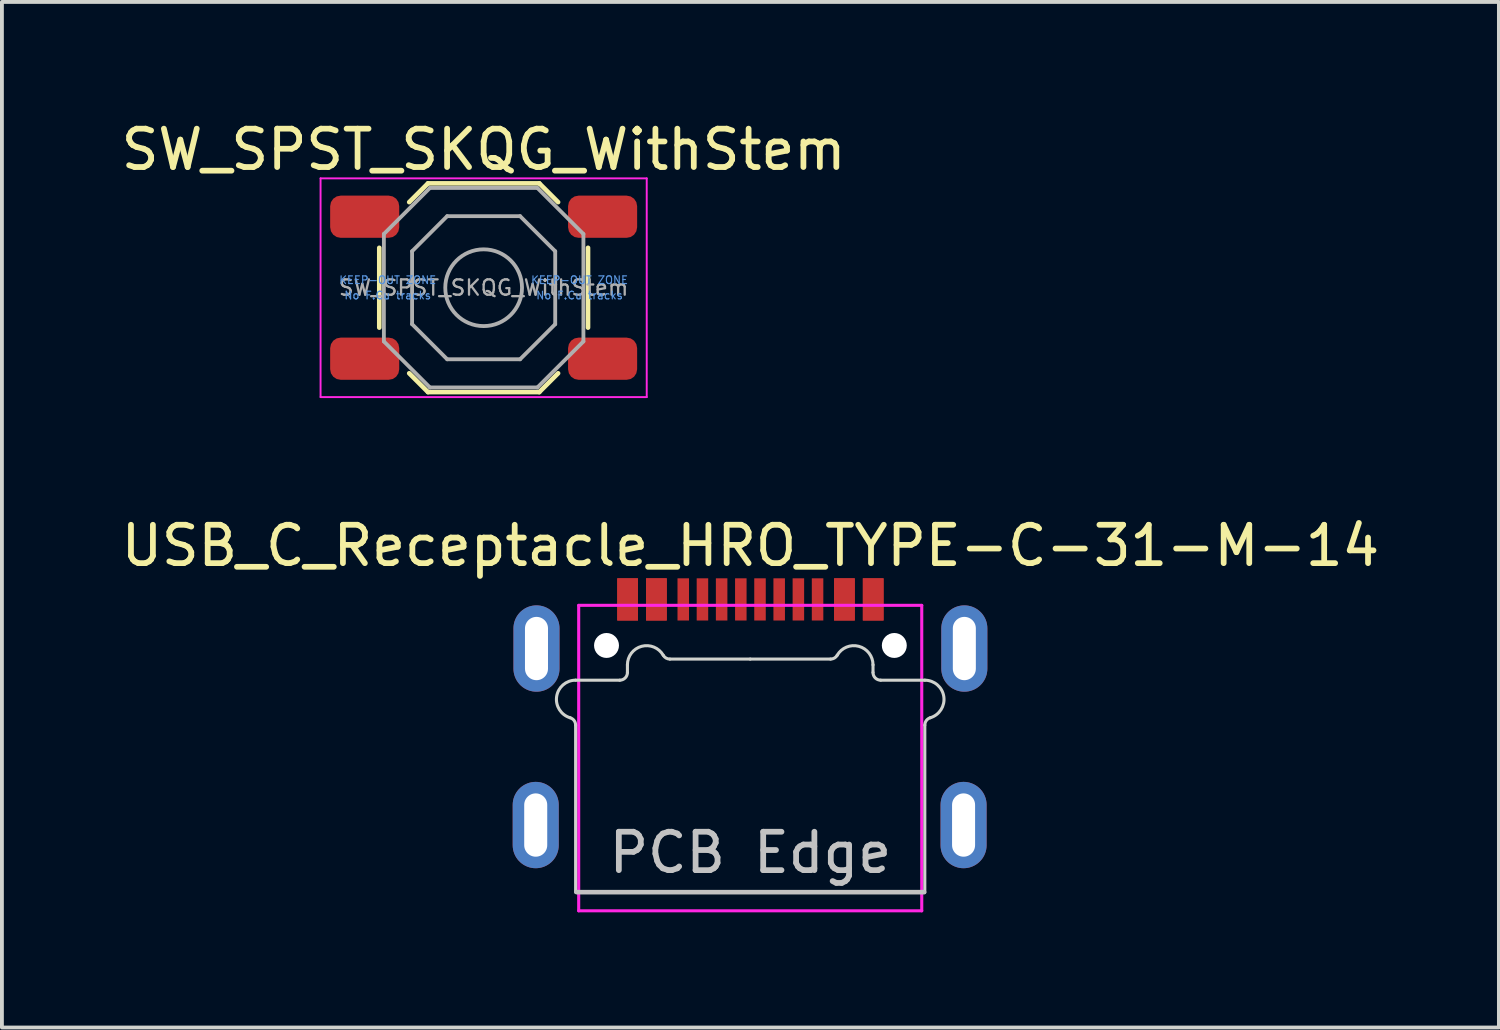
<source format=kicad_pcb>
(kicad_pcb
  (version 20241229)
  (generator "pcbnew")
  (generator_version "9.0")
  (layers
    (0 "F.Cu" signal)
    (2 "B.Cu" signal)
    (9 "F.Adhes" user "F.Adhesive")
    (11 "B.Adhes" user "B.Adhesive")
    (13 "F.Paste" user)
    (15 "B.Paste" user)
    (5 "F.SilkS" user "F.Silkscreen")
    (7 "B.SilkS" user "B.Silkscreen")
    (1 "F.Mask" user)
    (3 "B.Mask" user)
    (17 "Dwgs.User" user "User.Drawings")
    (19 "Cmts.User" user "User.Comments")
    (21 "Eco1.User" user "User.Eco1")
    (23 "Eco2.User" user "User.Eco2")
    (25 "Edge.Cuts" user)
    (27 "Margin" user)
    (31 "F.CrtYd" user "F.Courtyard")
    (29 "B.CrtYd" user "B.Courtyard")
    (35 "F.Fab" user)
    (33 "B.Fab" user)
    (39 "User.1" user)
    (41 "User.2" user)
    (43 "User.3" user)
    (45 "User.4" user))
  (footprint "SW_SPST_SKQG_WithStem"
    (layer "F.Cu")
    (at 9.554 4.448)
    (property "Reference" "SW_SPST_SKQG_WithStem" (at 0 -3.6 0) (layer "F.SilkS") (effects (font (size 1 1) (thickness 0.15))))
    (attr smd)
    (fp_line (start -2.72 1.04) (end -2.72 -1.04) (stroke (width 0.12) (type solid)) (layer "F.SilkS"))
    (fp_line (start -1.45 -2.72) (end -1.94 -2.23) (stroke (width 0.12) (type solid)) (layer "F.SilkS"))
    (fp_line (start -1.45 -2.72) (end 1.45 -2.72) (stroke (width 0.12) (type solid)) (layer "F.SilkS"))
    (fp_line (start -1.45 2.72) (end -1.94 2.23) (stroke (width 0.12) (type solid)) (layer "F.SilkS"))
    (fp_line (start -1.45 2.72) (end 1.45 2.72) (stroke (width 0.12) (type solid)) (layer "F.SilkS"))
    (fp_line (start 1.45 -2.72) (end 1.94 -2.23) (stroke (width 0.12) (type solid)) (layer "F.SilkS"))
    (fp_line (start 1.45 2.72) (end 1.94 2.23) (stroke (width 0.12) (type solid)) (layer "F.SilkS"))
    (fp_line (start 2.72 1.04) (end 2.72 -1.04) (stroke (width 0.12) (type solid)) (layer "F.SilkS"))
    (fp_line (start -4.25 -2.85) (end -4.25 2.85) (stroke (width 0.05) (type solid)) (layer "F.CrtYd"))
    (fp_line (start -4.25 2.85) (end 4.25 2.85) (stroke (width 0.05) (type solid)) (layer "F.CrtYd"))
    (fp_line (start 4.25 -2.85) (end -4.25 -2.85) (stroke (width 0.05) (type solid)) (layer "F.CrtYd"))
    (fp_line (start 4.25 2.85) (end 4.25 -2.85) (stroke (width 0.05) (type solid)) (layer "F.CrtYd"))
    (fp_line (start -2.6 -1.4) (end -1.4 -2.6) (stroke (width 0.1) (type solid)) (layer "F.Fab"))
    (fp_line (start -2.6 1.4) (end -2.6 -1.4) (stroke (width 0.1) (type solid)) (layer "F.Fab"))
    (fp_line (start -1.865 0.95) (end -1.865 -0.95) (stroke (width 0.1) (type solid)) (layer "F.Fab"))
    (fp_line (start -1.4 -2.6) (end 1.4 -2.6) (stroke (width 0.1) (type solid)) (layer "F.Fab"))
    (fp_line (start -1.4 2.6) (end -2.6 1.4) (stroke (width 0.1) (type solid)) (layer "F.Fab"))
    (fp_line (start -0.95 -1.865) (end -1.865 -0.95) (stroke (width 0.1) (type solid)) (layer "F.Fab"))
    (fp_line (start -0.95 -1.865) (end 0.95 -1.865) (stroke (width 0.1) (type solid)) (layer "F.Fab"))
    (fp_line (start -0.95 1.865) (end -1.865 0.95) (stroke (width 0.1) (type solid)) (layer "F.Fab"))
    (fp_line (start 0.95 -1.865) (end 1.865 -0.95) (stroke (width 0.1) (type solid)) (layer "F.Fab"))
    (fp_line (start 0.95 1.865) (end -0.95 1.865) (stroke (width 0.1) (type solid)) (layer "F.Fab"))
    (fp_line (start 0.95 1.865) (end 1.865 0.95) (stroke (width 0.1) (type solid)) (layer "F.Fab"))
    (fp_line (start 1.4 -2.6) (end 2.6 -1.4) (stroke (width 0.1) (type solid)) (layer "F.Fab"))
    (fp_line (start 1.4 2.6) (end -1.4 2.6) (stroke (width 0.1) (type solid)) (layer "F.Fab"))
    (fp_line (start 1.865 -0.95) (end 1.865 0.95) (stroke (width 0.1) (type solid)) (layer "F.Fab"))
    (fp_line (start 2.6 -1.4) (end 2.6 1.4) (stroke (width 0.1) (type solid)) (layer "F.Fab"))
    (fp_line (start 2.6 1.4) (end 1.4 2.6) (stroke (width 0.1) (type solid)) (layer "F.Fab"))
    (fp_circle (center 0 0) (end 1 0) (stroke (width 0.1) (type solid)) (fill no) (layer "F.Fab"))
    (fp_text user "KEEP-OUT ZONE" (at 2.5 -0.2 0) (layer "Cmts.User") (effects (font (size 0.2 0.2) (thickness 0.03))))
    (fp_text user "No F.Cu tracks" (at 2.5 0.2 0) (layer "Cmts.User") (effects (font (size 0.2 0.2) (thickness 0.03))))
    (fp_text user "KEEP-OUT ZONE" (at -2.5 -0.2 0) (layer "Cmts.User") (effects (font (size 0.2 0.2) (thickness 0.03))))
    (fp_text user "No F.Cu tracks" (at -2.5 0.2 0) (layer "Cmts.User") (effects (font (size 0.2 0.2) (thickness 0.03))))
    (fp_text user "${REFERENCE}" (at 0 0 0) (layer "F.Fab") (effects (font (size 0.4 0.4) (thickness 0.06))))
    (pad "1" smd roundrect (at -3.1 -1.85) (size 1.8 1.1) (layers "F.Cu" "F.Mask" "F.Paste") (roundrect_rratio 0.25))
    (pad "1" smd roundrect (at 3.1 -1.85) (size 1.8 1.1) (layers "F.Cu" "F.Mask" "F.Paste") (roundrect_rratio 0.25))
    (pad "2" smd roundrect (at -3.1 1.85) (size 1.8 1.1) (layers "F.Cu" "F.Mask" "F.Paste") (roundrect_rratio 0.25))
    (pad "2" smd roundrect (at 3.1 1.85) (size 1.8 1.1) (layers "F.Cu" "F.Mask" "F.Paste") (roundrect_rratio 0.25))
    (zone (net_name "") (layer "F.Cu") (hatch full 0.508) (connect_pads) (min_thickness 0.254) (filled_areas_thickness no) (keepout (tracks not_allowed) (vias not_allowed) (pads not_allowed) (copperpour not_allowed) (footprints not_allowed)) (placement (enabled no)) (fill) (polygon (pts (xy 5.554 3.148) (xy 8.554 3.148) (xy 8.554 5.748) (xy 5.554 5.748))))
    (zone (net_name "") (layer "F.Cu") (hatch full 0.508) (connect_pads) (min_thickness 0.254) (filled_areas_thickness no) (keepout (tracks not_allowed) (vias not_allowed) (pads not_allowed) (copperpour not_allowed) (footprints not_allowed)) (placement (enabled no)) (fill) (polygon (pts (xy 10.554 3.148) (xy 13.554 3.148) (xy 13.554 5.748) (xy 10.554 5.748)))))
  (footprint "USB_C_Receptacle_HRO_TYPE-C-31-M-14"
    (layer "F.Cu")
    (at 16.506 13.771)
    (property "Reference" "USB_C_Receptacle_HRO_TYPE-C-31-M-14" (at 0 -2.6 180) (layer "F.SilkS") (effects (font (size 1 1) (thickness 0.15))))
    (attr smd)
    (fp_line (start -4.525 6.43) (end 4.525 6.43) (stroke (width 0.12) (type solid)) (layer "Dwgs.User"))
    (fp_line (start -4.555 2.076) (end -4.555 6.435) (stroke (width 0.08) (type solid)) (layer "Edge.Cuts"))
    (fp_line (start -3.405 0.905) (end -4.555 0.905) (stroke (width 0.08) (type solid)) (layer "Edge.Cuts"))
    (fp_line (start -3.205 0.505) (end -3.205 0.705) (stroke (width 0.08) (type solid)) (layer "Edge.Cuts"))
    (fp_line (start -0.005 0.355) (end -2.099 0.355) (stroke (width 0.08) (type solid)) (layer "Edge.Cuts"))
    (fp_line (start -0.005 0.355) (end 2.089 0.355) (stroke (width 0.08) (type solid)) (layer "Edge.Cuts"))
    (fp_line (start 3.195 0.505) (end 3.195 0.705) (stroke (width 0.08) (type solid)) (layer "Edge.Cuts"))
    (fp_line (start 3.395 0.905) (end 4.545 0.905) (stroke (width 0.08) (type solid)) (layer "Edge.Cuts"))
    (fp_line (start 4.545 2.076) (end 4.545 6.435) (stroke (width 0.08) (type solid)) (layer "Edge.Cuts"))
    (fp_arc (start -4.697856 1.884157) (mid -5.04976 1.332815) (end -4.554999 0.905) (stroke (width 0.08) (type solid)) (layer "Edge.Cuts"))
    (fp_arc (start -4.697856 1.884158) (mid -4.594642 1.956298) (end -4.554999 2.075821) (stroke (width 0.08) (type solid)) (layer "Edge.Cuts"))
    (fp_arc (start -3.204999 0.505) (mid -2.834408 0.022037) (end -2.271986 0.255) (stroke (width 0.08) (type solid)) (layer "Edge.Cuts"))
    (fp_arc (start -3.204998 0.705) (mid -3.263577 0.846421) (end -3.404998 0.905) (stroke (width 0.08) (type solid)) (layer "Edge.Cuts"))
    (fp_arc (start -2.098781 0.355) (mid -2.198781 0.328205) (end -2.271986 0.255) (stroke (width 0.08) (type solid)) (layer "Edge.Cuts"))
    (fp_arc (start 2.261988 0.255) (mid 2.188783 0.328205) (end 2.088783 0.355) (stroke (width 0.08) (type solid)) (layer "Edge.Cuts"))
    (fp_arc (start 2.261988 0.255) (mid 2.824411 0.022037) (end 3.195001 0.505) (stroke (width 0.08) (type solid)) (layer "Edge.Cuts"))
    (fp_arc (start 3.395 0.904999) (mid 3.253579 0.846421) (end 3.195001 0.705) (stroke (width 0.08) (type solid)) (layer "Edge.Cuts"))
    (fp_arc (start 4.545001 0.904999) (mid 5.039764 1.332815) (end 4.687858 1.884158) (stroke (width 0.08) (type solid)) (layer "Edge.Cuts"))
    (fp_arc (start 4.545001 2.075821) (mid 4.584644 1.956298) (end 4.687858 1.884158) (stroke (width 0.08) (type solid)) (layer "Edge.Cuts"))
    (fp_line (start -4.475 -1.045) (end 4.465 -1.045) (stroke (width 0.08) (type solid)) (layer "F.CrtYd"))
    (fp_line (start -4.475 6.915) (end -4.475 -1.045) (stroke (width 0.08) (type solid)) (layer "F.CrtYd"))
    (fp_line (start 4.465 -1.045) (end 4.465 6.915) (stroke (width 0.08) (type solid)) (layer "F.CrtYd"))
    (fp_line (start 4.465 6.915) (end -4.475 6.915) (stroke (width 0.08) (type solid)) (layer "F.CrtYd"))
    (fp_text user "PCB Edge" (at 0 5.4 0) (layer "Dwgs.User") (effects (font (size 1 1) (thickness 0.15))))
    (pad "" np_thru_hole circle (at -3.75 0) (size 0.65 0.65) (drill 0.65) (layers "*.Cu" "*.Mask"))
    (pad "" np_thru_hole circle (at 3.75 0) (size 0.65 0.65) (drill 0.65) (layers "*.Cu" "*.Mask"))
    (pad "A1" smd rect (at -3.2 -1.2 180) (size 0.54 1.1) (layers "F.Cu" "F.Mask" "F.Paste"))
    (pad "A4" smd rect (at -2.45 -1.2 180) (size 0.54 1.1) (layers "F.Cu" "F.Mask" "F.Paste"))
    (pad "A5" smd rect (at -1.25 -1.2 180) (size 0.3 1.1) (layers "F.Cu" "F.Mask" "F.Paste"))
    (pad "A6" smd rect (at -0.25 -1.2 180) (size 0.3 1.1) (layers "F.Cu" "F.Mask" "F.Paste"))
    (pad "A7" smd rect (at 0.25 -1.2 180) (size 0.3 1.1) (layers "F.Cu" "F.Mask" "F.Paste"))
    (pad "A8" smd rect (at 1.25 -1.2 180) (size 0.3 1.1) (layers "F.Cu" "F.Mask" "F.Paste"))
    (pad "A9" smd rect (at 2.45 -1.2 180) (size 0.54 1.1) (layers "F.Cu" "F.Mask" "F.Paste"))
    (pad "A12" smd rect (at 3.2 -1.2 180) (size 0.54 1.1) (layers "F.Cu" "F.Mask" "F.Paste"))
    (pad "B1" smd rect (at 3.2 -1.2 180) (size 0.54 1.1) (layers "F.Cu" "F.Mask" "F.Paste"))
    (pad "B4" smd rect (at 2.45 -1.2 180) (size 0.54 1.1) (layers "F.Cu" "F.Mask" "F.Paste"))
    (pad "B5" smd rect (at 1.75 -1.2 180) (size 0.3 1.1) (layers "F.Cu" "F.Mask" "F.Paste"))
    (pad "B6" smd rect (at 0.75 -1.2 180) (size 0.3 1.1) (layers "F.Cu" "F.Mask" "F.Paste"))
    (pad "B7" smd rect (at -0.75 -1.2 180) (size 0.3 1.1) (layers "F.Cu" "F.Mask" "F.Paste"))
    (pad "B8" smd rect (at -1.75 -1.2 180) (size 0.3 1.1) (layers "F.Cu" "F.Mask" "F.Paste"))
    (pad "B9" smd rect (at -2.45 -1.2 180) (size 0.54 1.1) (layers "F.Cu" "F.Mask" "F.Paste"))
    (pad "B12" smd rect (at -3.2 -1.2 180) (size 0.54 1.1) (layers "F.Cu" "F.Mask" "F.Paste"))
    (pad "S1" thru_hole oval (at -5.595 4.68 180) (size 1.2 2.25) (drill oval 0.6 1.65) (layers "*.Cu" "*.Mask"))
    (pad "S1" thru_hole oval (at -5.575 0.08 180) (size 1.2 2.25) (drill oval 0.6 1.65) (layers "*.Cu" "*.Mask"))
    (pad "S1" thru_hole oval (at 5.555 4.68 180) (size 1.2 2.25) (drill oval 0.6 1.65) (layers "*.Cu" "*.Mask"))
    (pad "S1" thru_hole oval (at 5.575 0.08 180) (size 1.2 2.25) (drill oval 0.6 1.65) (layers "*.Cu" "*.Mask")))
  (gr_rect
    (start -3 -3)
    (end 36.012 23.727)
    (stroke (width 0.1) (type default))
    (fill no)
    (layer "Edge.Cuts")))
</source>
